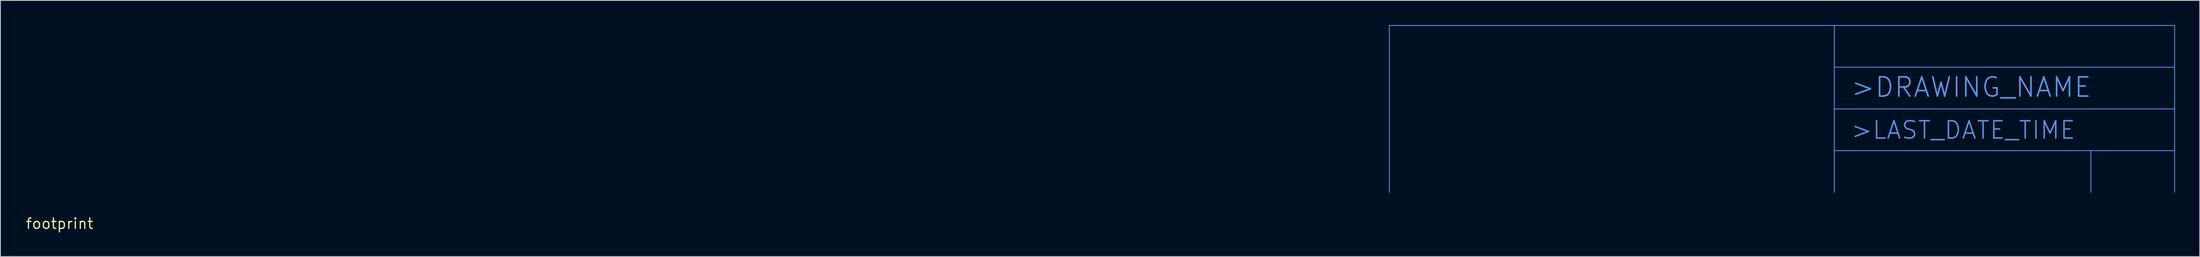
<source format=kicad_pcb>
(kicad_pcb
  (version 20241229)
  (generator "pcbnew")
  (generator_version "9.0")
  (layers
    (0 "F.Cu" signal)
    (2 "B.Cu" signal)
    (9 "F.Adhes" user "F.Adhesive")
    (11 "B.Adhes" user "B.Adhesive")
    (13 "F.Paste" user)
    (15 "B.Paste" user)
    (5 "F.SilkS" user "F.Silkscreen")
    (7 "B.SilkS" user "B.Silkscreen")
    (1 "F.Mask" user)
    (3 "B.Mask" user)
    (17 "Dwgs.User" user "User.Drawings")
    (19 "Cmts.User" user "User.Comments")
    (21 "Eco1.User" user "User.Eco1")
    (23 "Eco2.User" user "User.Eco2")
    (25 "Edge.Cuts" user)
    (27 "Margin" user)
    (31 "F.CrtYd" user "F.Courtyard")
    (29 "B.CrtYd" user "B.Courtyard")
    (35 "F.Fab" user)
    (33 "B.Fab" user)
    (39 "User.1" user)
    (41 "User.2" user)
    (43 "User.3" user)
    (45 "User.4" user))
  (footprint "footprint"
    (layer "F.Cu")
    (at 4.18 24.181)
    (property "Reference" "footprint" (at 0 0 0) (layer "F.SilkS") (effects (font (size 1.27 1.27) (thickness 0.15))))
    (fp_line (start 161.29 -24.13) (end 215.265 -24.13) (stroke (width 0.102) (type solid)) (layer "Cmts.User"))
    (fp_line (start 161.29 -3.81) (end 161.29 -24.13) (stroke (width 0.102) (type solid)) (layer "Cmts.User"))
    (fp_line (start 215.265 -24.13) (end 256.54 -24.13) (stroke (width 0.102) (type solid)) (layer "Cmts.User"))
    (fp_line (start 215.265 -19.05) (end 215.265 -24.13) (stroke (width 0.102) (type solid)) (layer "Cmts.User"))
    (fp_line (start 215.265 -19.05) (end 256.54 -19.05) (stroke (width 0.102) (type solid)) (layer "Cmts.User"))
    (fp_line (start 215.265 -13.97) (end 215.265 -19.05) (stroke (width 0.102) (type solid)) (layer "Cmts.User"))
    (fp_line (start 215.265 -13.97) (end 256.54 -13.97) (stroke (width 0.102) (type solid)) (layer "Cmts.User"))
    (fp_line (start 215.265 -8.89) (end 215.265 -13.97) (stroke (width 0.102) (type solid)) (layer "Cmts.User"))
    (fp_line (start 215.265 -8.89) (end 215.265 -3.81) (stroke (width 0.102) (type solid)) (layer "Cmts.User"))
    (fp_line (start 246.38 -8.89) (end 215.265 -8.89) (stroke (width 0.102) (type solid)) (layer "Cmts.User"))
    (fp_line (start 246.38 -8.89) (end 256.54 -8.89) (stroke (width 0.102) (type solid)) (layer "Cmts.User"))
    (fp_line (start 246.38 -3.81) (end 246.38 -8.89) (stroke (width 0.102) (type solid)) (layer "Cmts.User"))
    (fp_line (start 256.54 -19.05) (end 256.54 -24.13) (stroke (width 0.102) (type solid)) (layer "Cmts.User"))
    (fp_line (start 256.54 -13.97) (end 256.54 -19.05) (stroke (width 0.102) (type solid)) (layer "Cmts.User"))
    (fp_line (start 256.54 -8.89) (end 256.54 -13.97) (stroke (width 0.102) (type solid)) (layer "Cmts.User"))
    (fp_line (start 256.54 -3.81) (end 256.54 -8.89) (stroke (width 0.102) (type solid)) (layer "Cmts.User"))
    (fp_text user ">LAST_DATE_TIME" (at 217.17 -10.16 0) (layer "Cmts.User") (effects (font (size 2.103 2.103) (thickness 0.183)) (justify left bottom)))
    (fp_text user ">DRAWING_NAME" (at 217.17 -15.24 0) (layer "Cmts.User") (effects (font (size 2.337 2.337) (thickness 0.203)) (justify left bottom))))
  (gr_rect
    (start -3 -3)
    (end 263.771 28.187)
    (stroke (width 0.1) (type default))
    (fill no)
    (layer "Edge.Cuts")))
</source>
